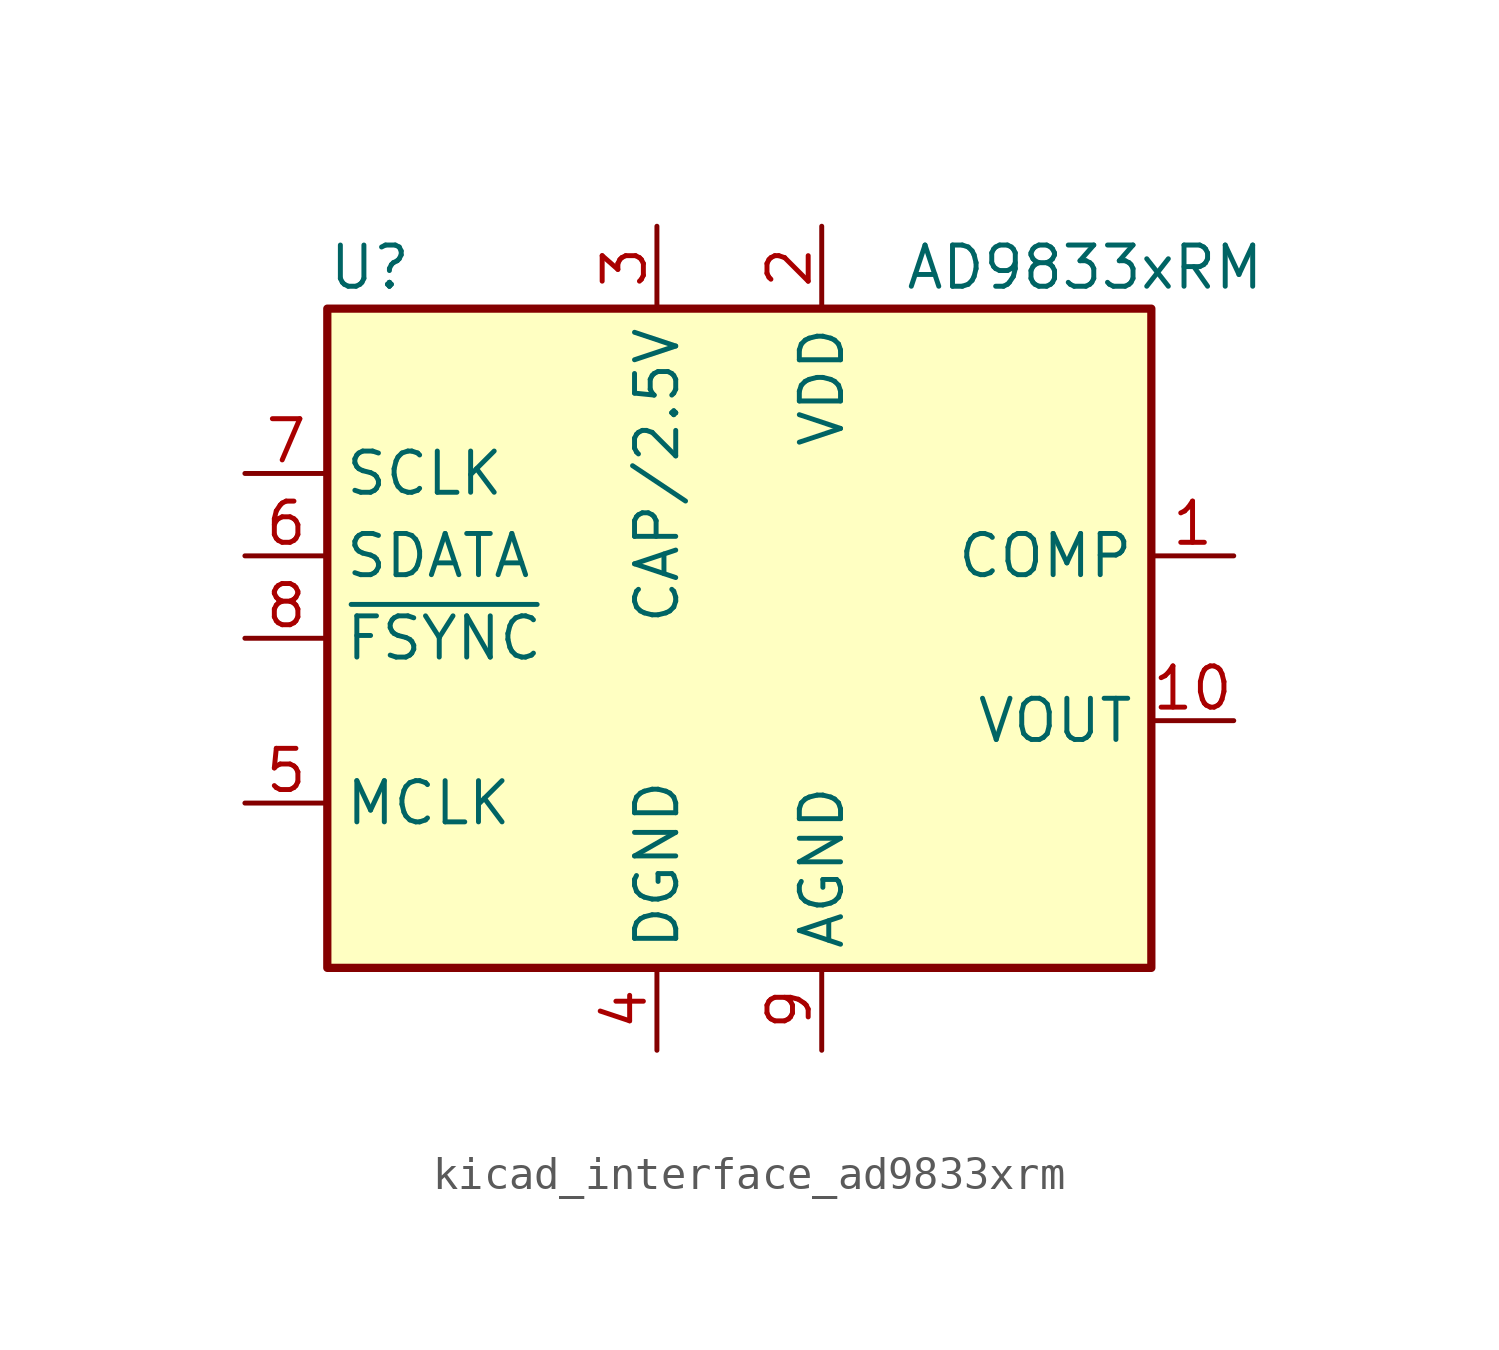
<source format=kicad_sym>
(kicad_symbol_lib
  (version 20220914)
  (generator kicad_symbol_editor)
  (symbol "kicad_interface_ad9833xrm"
    (property "Reference" "U"
      (at -12.7 11.43 0)
      (effects (font (size 1.27 1.27)) (justify left)))
    (property "Value" "AD9833xRM"
      (at 5.08 11.43 0)
      (effects (font (size 1.27 1.27)) (justify left)))
    (symbol "kicad_interface_ad9833xrm_0_1"
      (rectangle (start -12.7 10.16) (end 12.7 -10.16) (stroke (width 0.254) (type default)) (fill (type background))))
    (symbol "kicad_interface_ad9833xrm_1_1"
      (pin passive line (at 15.24 2.54 180) (length 2.54) (name "COMP" (effects (font (size 1.27 1.27)))) (number "1" (effects (font (size 1.27 1.27)))))
      (pin output line (at 15.24 -2.54 180) (length 2.54) (name "VOUT" (effects (font (size 1.27 1.27)))) (number "10" (effects (font (size 1.27 1.27)))))
      (pin power_in line (at 2.54 12.7 270) (length 2.54) (name "VDD" (effects (font (size 1.27 1.27)))) (number "2" (effects (font (size 1.27 1.27)))))
      (pin power_in line (at -2.54 12.7 270) (length 2.54) (name "CAP/2.5V" (effects (font (size 1.27 1.27)))) (number "3" (effects (font (size 1.27 1.27)))))
      (pin power_in line (at -2.54 -12.7 90) (length 2.54) (name "DGND" (effects (font (size 1.27 1.27)))) (number "4" (effects (font (size 1.27 1.27)))))
      (pin input line (at -15.24 -5.08 0) (length 2.54) (name "MCLK" (effects (font (size 1.27 1.27)))) (number "5" (effects (font (size 1.27 1.27)))))
      (pin input line (at -15.24 2.54 0) (length 2.54) (name "SDATA" (effects (font (size 1.27 1.27)))) (number "6" (effects (font (size 1.27 1.27)))))
      (pin input line (at -15.24 5.08 0) (length 2.54) (name "SCLK" (effects (font (size 1.27 1.27)))) (number "7" (effects (font (size 1.27 1.27)))))
      (pin input line (at -15.24 0 0) (length 2.54) (name "~{FSYNC}" (effects (font (size 1.27 1.27)))) (number "8" (effects (font (size 1.27 1.27)))))
      (pin power_in line (at 2.54 -12.7 90) (length 2.54) (name "AGND" (effects (font (size 1.27 1.27)))) (number "9" (effects (font (size 1.27 1.27))))))))
</source>
